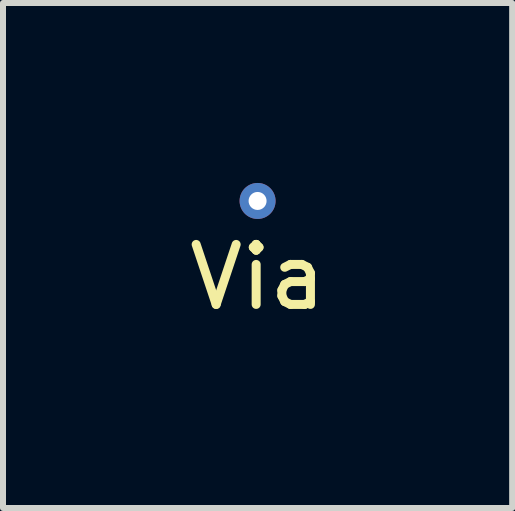
<source format=kicad_pcb>
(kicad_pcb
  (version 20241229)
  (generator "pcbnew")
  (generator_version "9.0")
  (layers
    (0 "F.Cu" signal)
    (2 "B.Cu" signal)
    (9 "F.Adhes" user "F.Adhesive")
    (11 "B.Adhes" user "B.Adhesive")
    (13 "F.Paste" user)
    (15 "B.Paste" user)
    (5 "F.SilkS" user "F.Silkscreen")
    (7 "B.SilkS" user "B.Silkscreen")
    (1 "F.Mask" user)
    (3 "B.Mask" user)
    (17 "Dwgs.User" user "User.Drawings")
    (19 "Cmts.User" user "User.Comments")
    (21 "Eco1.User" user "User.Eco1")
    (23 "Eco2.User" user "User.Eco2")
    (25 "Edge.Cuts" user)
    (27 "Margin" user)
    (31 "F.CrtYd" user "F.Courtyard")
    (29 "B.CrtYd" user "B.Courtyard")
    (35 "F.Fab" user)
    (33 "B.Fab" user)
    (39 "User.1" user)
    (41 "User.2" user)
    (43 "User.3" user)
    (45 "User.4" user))
  (footprint "Via"
    (layer "F.Cu")
    (at 1.244 0.3)
    (property "Reference" "Via" (at 0 1.27 0) (layer "F.SilkS") (effects (font (size 1 1) (thickness 0.15))))
    (attr through_hole)
    (pad "1" thru_hole circle (at 0 0) (size 0.6 0.6) (drill 0.3) (layers "*.Cu")))
  (gr_rect
    (start -3 -3)
    (end 5.488 5.418)
    (stroke (width 0.1) (type default))
    (fill no)
    (layer "Edge.Cuts")))
</source>
